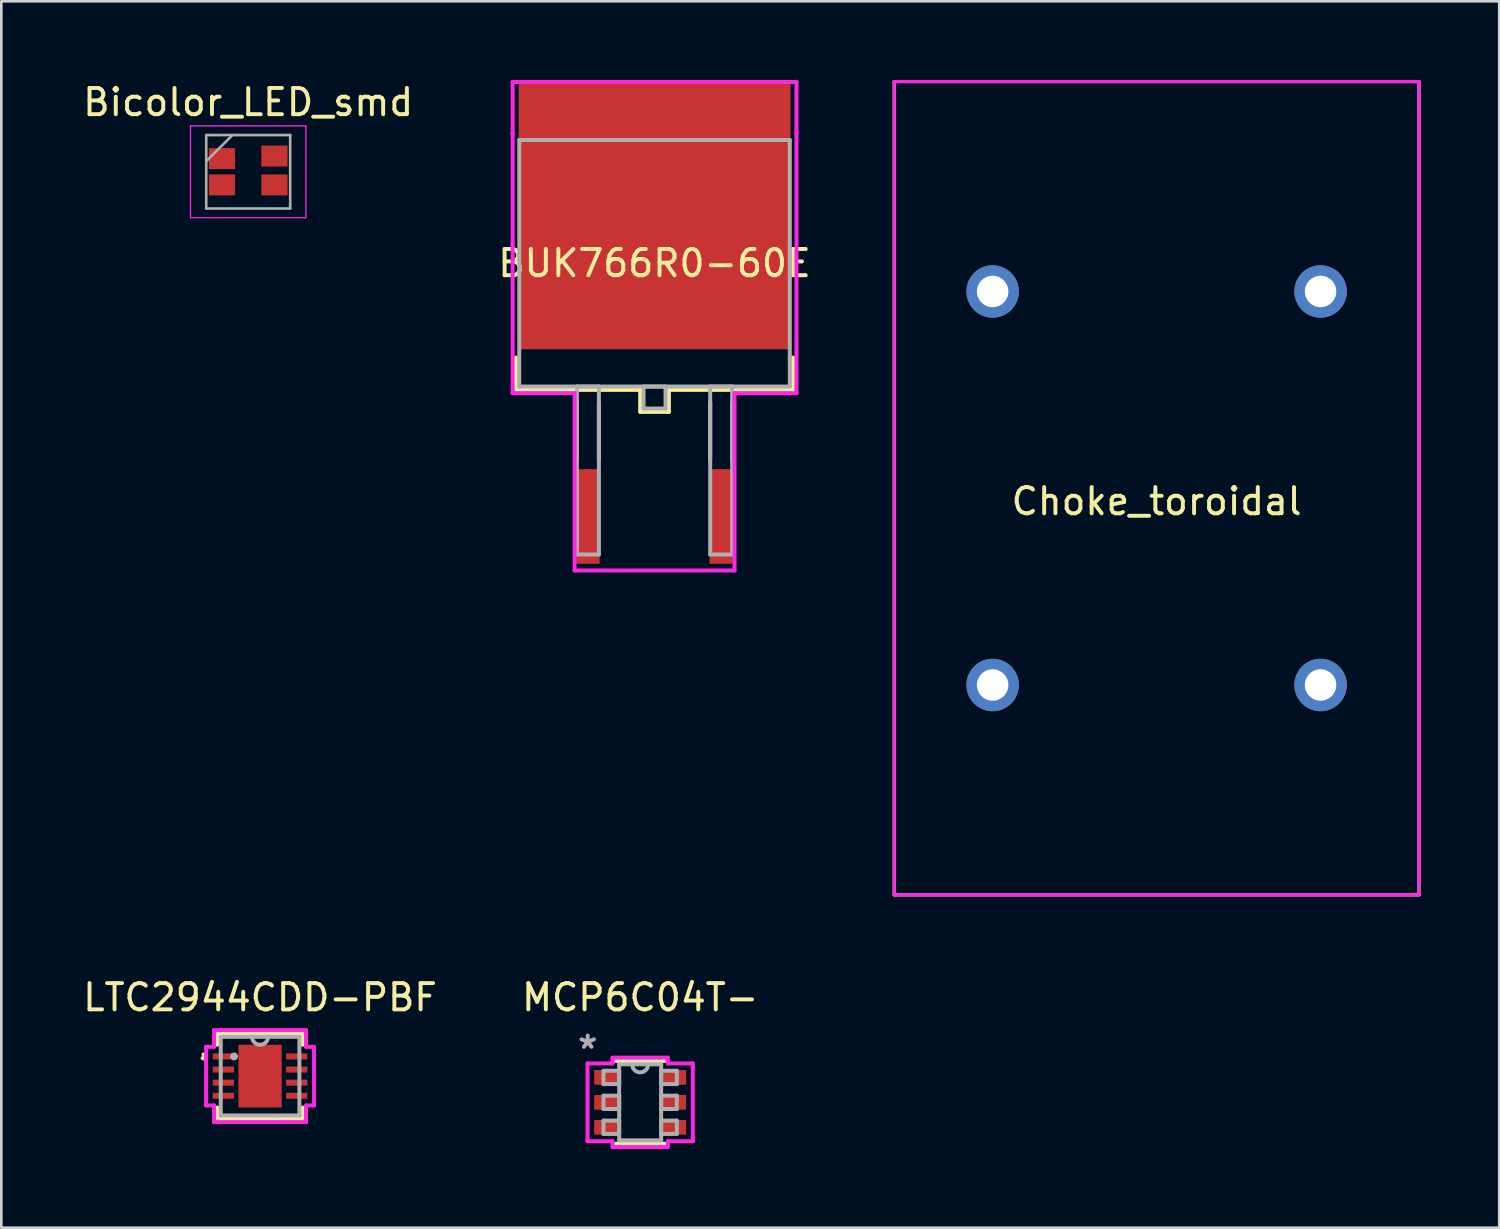
<source format=kicad_pcb>
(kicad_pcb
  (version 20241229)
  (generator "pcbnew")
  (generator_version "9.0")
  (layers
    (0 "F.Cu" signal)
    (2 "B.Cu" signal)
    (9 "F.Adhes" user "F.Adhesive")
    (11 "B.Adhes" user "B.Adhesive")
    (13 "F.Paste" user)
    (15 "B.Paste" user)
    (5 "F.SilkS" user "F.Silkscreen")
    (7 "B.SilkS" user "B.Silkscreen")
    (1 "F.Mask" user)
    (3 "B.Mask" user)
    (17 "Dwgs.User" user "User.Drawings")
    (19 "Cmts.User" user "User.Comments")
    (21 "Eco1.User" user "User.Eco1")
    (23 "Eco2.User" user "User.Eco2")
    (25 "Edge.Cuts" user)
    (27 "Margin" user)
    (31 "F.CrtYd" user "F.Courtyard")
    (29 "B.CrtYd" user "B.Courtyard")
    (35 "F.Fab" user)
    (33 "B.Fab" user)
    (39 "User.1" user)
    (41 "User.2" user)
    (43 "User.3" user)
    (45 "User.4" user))
  (footprint "MCP6C04T-"
    (layer "F.Cu")
    (at 21.351 38.968)
    (property "Reference" "MCP6C04T-" (at 0 -4 0) (layer "F.SilkS") (effects (font (size 1 1) (thickness 0.15))))
    (attr through_hole)
    (fp_line (start -0.927 1.575) (end 0.927 1.575) (stroke (width 0.152) (type solid)) (layer "F.SilkS"))
    (fp_line (start 0.927 -1.575) (end -0.927 -1.575) (stroke (width 0.152) (type solid)) (layer "F.SilkS"))
    (fp_line (start -2.007 -1.483) (end -1.054 -1.483) (stroke (width 0.152) (type solid)) (layer "F.CrtYd"))
    (fp_line (start -2.007 1.483) (end -2.007 -1.483) (stroke (width 0.152) (type solid)) (layer "F.CrtYd"))
    (fp_line (start -1.054 -1.702) (end 1.054 -1.702) (stroke (width 0.152) (type solid)) (layer "F.CrtYd"))
    (fp_line (start -1.054 -1.483) (end -1.054 -1.702) (stroke (width 0.152) (type solid)) (layer "F.CrtYd"))
    (fp_line (start -1.054 1.483) (end -2.007 1.483) (stroke (width 0.152) (type solid)) (layer "F.CrtYd"))
    (fp_line (start -1.054 1.702) (end -1.054 1.483) (stroke (width 0.152) (type solid)) (layer "F.CrtYd"))
    (fp_line (start 1.054 -1.702) (end 1.054 -1.483) (stroke (width 0.152) (type solid)) (layer "F.CrtYd"))
    (fp_line (start 1.054 -1.483) (end 2.007 -1.483) (stroke (width 0.152) (type solid)) (layer "F.CrtYd"))
    (fp_line (start 1.054 1.483) (end 1.054 1.702) (stroke (width 0.152) (type solid)) (layer "F.CrtYd"))
    (fp_line (start 1.054 1.702) (end -1.054 1.702) (stroke (width 0.152) (type solid)) (layer "F.CrtYd"))
    (fp_line (start 2.007 -1.483) (end 2.007 1.483) (stroke (width 0.152) (type solid)) (layer "F.CrtYd"))
    (fp_line (start 2.007 1.483) (end 1.054 1.483) (stroke (width 0.152) (type solid)) (layer "F.CrtYd"))
    (fp_line (start -1.397 -1.204) (end -1.397 -0.696) (stroke (width 0.152) (type solid)) (layer "F.Fab"))
    (fp_line (start -1.397 -0.696) (end -0.8 -0.696) (stroke (width 0.152) (type solid)) (layer "F.Fab"))
    (fp_line (start -1.397 -0.254) (end -1.397 0.254) (stroke (width 0.152) (type solid)) (layer "F.Fab"))
    (fp_line (start -1.397 0.254) (end -0.8 0.254) (stroke (width 0.152) (type solid)) (layer "F.Fab"))
    (fp_line (start -1.397 0.696) (end -1.397 1.204) (stroke (width 0.152) (type solid)) (layer "F.Fab"))
    (fp_line (start -1.397 1.204) (end -0.8 1.204) (stroke (width 0.152) (type solid)) (layer "F.Fab"))
    (fp_line (start -0.8 -1.448) (end -0.8 1.448) (stroke (width 0.152) (type solid)) (layer "F.Fab"))
    (fp_line (start -0.8 -1.204) (end -1.397 -1.204) (stroke (width 0.152) (type solid)) (layer "F.Fab"))
    (fp_line (start -0.8 -0.696) (end -0.8 -1.204) (stroke (width 0.152) (type solid)) (layer "F.Fab"))
    (fp_line (start -0.8 -0.254) (end -1.397 -0.254) (stroke (width 0.152) (type solid)) (layer "F.Fab"))
    (fp_line (start -0.8 0.254) (end -0.8 -0.254) (stroke (width 0.152) (type solid)) (layer "F.Fab"))
    (fp_line (start -0.8 0.696) (end -1.397 0.696) (stroke (width 0.152) (type solid)) (layer "F.Fab"))
    (fp_line (start -0.8 1.204) (end -0.8 0.696) (stroke (width 0.152) (type solid)) (layer "F.Fab"))
    (fp_line (start -0.8 1.448) (end 0.8 1.448) (stroke (width 0.152) (type solid)) (layer "F.Fab"))
    (fp_line (start 0.8 -1.448) (end -0.8 -1.448) (stroke (width 0.152) (type solid)) (layer "F.Fab"))
    (fp_line (start 0.8 -1.204) (end 0.8 -0.696) (stroke (width 0.152) (type solid)) (layer "F.Fab"))
    (fp_line (start 0.8 -0.696) (end 1.397 -0.696) (stroke (width 0.152) (type solid)) (layer "F.Fab"))
    (fp_line (start 0.8 -0.254) (end 0.8 0.254) (stroke (width 0.152) (type solid)) (layer "F.Fab"))
    (fp_line (start 0.8 0.254) (end 1.397 0.254) (stroke (width 0.152) (type solid)) (layer "F.Fab"))
    (fp_line (start 0.8 0.696) (end 0.8 1.204) (stroke (width 0.152) (type solid)) (layer "F.Fab"))
    (fp_line (start 0.8 1.204) (end 1.397 1.204) (stroke (width 0.152) (type solid)) (layer "F.Fab"))
    (fp_line (start 0.8 1.448) (end 0.8 -1.448) (stroke (width 0.152) (type solid)) (layer "F.Fab"))
    (fp_line (start 1.397 -1.204) (end 0.8 -1.204) (stroke (width 0.152) (type solid)) (layer "F.Fab"))
    (fp_line (start 1.397 -0.696) (end 1.397 -1.204) (stroke (width 0.152) (type solid)) (layer "F.Fab"))
    (fp_line (start 1.397 -0.254) (end 0.8 -0.254) (stroke (width 0.152) (type solid)) (layer "F.Fab"))
    (fp_line (start 1.397 0.254) (end 1.397 -0.254) (stroke (width 0.152) (type solid)) (layer "F.Fab"))
    (fp_line (start 1.397 0.696) (end 0.8 0.696) (stroke (width 0.152) (type solid)) (layer "F.Fab"))
    (fp_line (start 1.397 1.204) (end 1.397 0.696) (stroke (width 0.152) (type solid)) (layer "F.Fab"))
    (fp_arc (start 0.3048 -1.4478) (mid 0 -1.143) (end -0.3048 -1.4478) (stroke (width 0.1524) (type solid)) (layer "F.Fab"))
    (fp_text user "*" (at -2 -2 0) (layer "F.Fab") (effects (font (size 1 1) (thickness 0.15))))
    (pad "1" smd rect (at -1.276 -0.95) (size 0.953 0.559) (layers "F.Cu" "F.Mask" "F.Paste"))
    (pad "2" smd rect (at -1.276 0) (size 0.953 0.559) (layers "F.Cu" "F.Mask" "F.Paste"))
    (pad "3" smd rect (at -1.276 0.95) (size 0.953 0.559) (layers "F.Cu" "F.Mask" "F.Paste"))
    (pad "4" smd rect (at 1.276 0.95) (size 0.953 0.559) (layers "F.Cu" "F.Mask" "F.Paste"))
    (pad "5" smd rect (at 1.276 0) (size 0.953 0.559) (layers "F.Cu" "F.Mask" "F.Paste"))
    (pad "6" smd rect (at 1.276 -0.95) (size 0.953 0.559) (layers "F.Cu" "F.Mask" "F.Paste")))
  (footprint "Bicolor_LED_smd"
    (layer "F.Cu")
    (at 6.411 3.498)
    (property "Reference" "Bicolor_LED_smd" (at 0 -2.65 0) (layer "F.SilkS") (effects (font (size 1 1) (thickness 0.15))))
    (attr smd)
    (fp_line (start -2.2 -1.75) (end -2.2 1.75) (stroke (width 0.05) (type solid)) (layer "F.CrtYd"))
    (fp_line (start -2.2 1.75) (end 2.2 1.75) (stroke (width 0.05) (type solid)) (layer "F.CrtYd"))
    (fp_line (start 2.2 -1.75) (end -2.2 -1.75) (stroke (width 0.05) (type solid)) (layer "F.CrtYd"))
    (fp_line (start 2.2 1.75) (end 2.2 -1.75) (stroke (width 0.05) (type solid)) (layer "F.CrtYd"))
    (fp_line (start -1.6 -1.4) (end -1.6 1.4) (stroke (width 0.1) (type solid)) (layer "F.Fab"))
    (fp_line (start -1.6 1.4) (end 1.6 1.4) (stroke (width 0.1) (type solid)) (layer "F.Fab"))
    (fp_line (start -0.6 -1.4) (end -1.6 -0.4) (stroke (width 0.1) (type solid)) (layer "F.Fab"))
    (fp_line (start 1.6 -1.4) (end -1.6 -1.4) (stroke (width 0.1) (type solid)) (layer "F.Fab"))
    (fp_line (start 1.6 1.4) (end 1.6 -1.4) (stroke (width 0.1) (type solid)) (layer "F.Fab"))
    (pad "1" smd rect (at -1 -0.5) (size 1 0.8) (layers "F.Cu" "F.Mask" "F.Paste"))
    (pad "2" smd rect (at -1 0.5) (size 1 0.8) (layers "F.Cu" "F.Mask" "F.Paste"))
    (pad "3" smd rect (at 1 0.5) (size 1 0.8) (layers "F.Cu" "F.Mask" "F.Paste"))
    (pad "4" smd rect (at 1 -0.6) (size 1 0.8) (layers "F.Cu" "F.Mask" "F.Paste")))
  (footprint "LTC2944CDD-PBF"
    (layer "F.Cu")
    (at 6.863 37.968)
    (property "Reference" "LTC2944CDD-PBF" (at 0 -3 0) (layer "F.SilkS") (effects (font (size 1 1) (thickness 0.15))))
    (attr through_hole)
    (fp_line (start -1.626 -1.626) (end -1.626 -1.197) (stroke (width 0.152) (type solid)) (layer "F.SilkS"))
    (fp_line (start -1.626 1.197) (end -1.626 1.626) (stroke (width 0.152) (type solid)) (layer "F.SilkS"))
    (fp_line (start -1.626 1.626) (end 1.626 1.626) (stroke (width 0.152) (type solid)) (layer "F.SilkS"))
    (fp_line (start 1.626 -1.626) (end -1.626 -1.626) (stroke (width 0.152) (type solid)) (layer "F.SilkS"))
    (fp_line (start 1.626 -1.197) (end 1.626 -1.626) (stroke (width 0.152) (type solid)) (layer "F.SilkS"))
    (fp_line (start 1.626 1.626) (end 1.626 1.197) (stroke (width 0.152) (type solid)) (layer "F.SilkS"))
    (fp_arc (start -2.155 -0.8262) (mid -2.081171 -0.73114) (end -2.191546 -0.683136) (stroke (width 0.1524) (type solid)) (layer "F.SilkS"))
    (fp_line (start -2.057 -1.118) (end -1.753 -1.118) (stroke (width 0.152) (type solid)) (layer "F.CrtYd"))
    (fp_line (start -2.057 1.118) (end -2.057 -1.118) (stroke (width 0.152) (type solid)) (layer "F.CrtYd"))
    (fp_line (start -1.753 -1.753) (end 1.753 -1.753) (stroke (width 0.152) (type solid)) (layer "F.CrtYd"))
    (fp_line (start -1.753 -1.118) (end -1.753 -1.753) (stroke (width 0.152) (type solid)) (layer "F.CrtYd"))
    (fp_line (start -1.753 1.118) (end -2.057 1.118) (stroke (width 0.152) (type solid)) (layer "F.CrtYd"))
    (fp_line (start -1.753 1.753) (end -1.753 1.118) (stroke (width 0.152) (type solid)) (layer "F.CrtYd"))
    (fp_line (start 1.753 -1.753) (end 1.753 -1.118) (stroke (width 0.152) (type solid)) (layer "F.CrtYd"))
    (fp_line (start 1.753 -1.118) (end 2.057 -1.118) (stroke (width 0.152) (type solid)) (layer "F.CrtYd"))
    (fp_line (start 1.753 1.118) (end 1.753 1.753) (stroke (width 0.152) (type solid)) (layer "F.CrtYd"))
    (fp_line (start 1.753 1.753) (end -1.753 1.753) (stroke (width 0.152) (type solid)) (layer "F.CrtYd"))
    (fp_line (start 2.057 -1.118) (end 2.057 1.118) (stroke (width 0.152) (type solid)) (layer "F.CrtYd"))
    (fp_line (start 2.057 1.118) (end 1.753 1.118) (stroke (width 0.152) (type solid)) (layer "F.CrtYd"))
    (fp_line (start -1.499 -1.499) (end -1.499 1.499) (stroke (width 0.152) (type solid)) (layer "F.Fab"))
    (fp_line (start -1.499 1.499) (end 1.499 1.499) (stroke (width 0.152) (type solid)) (layer "F.Fab"))
    (fp_line (start 1.499 -1.499) (end -1.499 -1.499) (stroke (width 0.152) (type solid)) (layer "F.Fab"))
    (fp_line (start 1.499 1.499) (end 1.499 -1.499) (stroke (width 0.152) (type solid)) (layer "F.Fab"))
    (fp_arc (start 0.3048 -1.4986) (mid 0 -1.1938) (end -0.3048 -1.4986) (stroke (width 0.1524) (type solid)) (layer "F.Fab"))
    (fp_circle (center -0.991 -0.75) (end -0.991 -0.75) (stroke (width 0.152) (type solid)) (fill no) (layer "F.Fab"))
    (pad "1" smd rect (at -1.397 -0.75) (size 0.813 0.229) (layers "F.Cu" "F.Mask" "F.Paste"))
    (pad "2" smd rect (at -1.397 -0.25) (size 0.813 0.229) (layers "F.Cu" "F.Mask" "F.Paste"))
    (pad "3" smd rect (at -1.397 0.25) (size 0.813 0.229) (layers "F.Cu" "F.Mask" "F.Paste"))
    (pad "4" smd rect (at -1.397 0.75) (size 0.813 0.229) (layers "F.Cu" "F.Mask" "F.Paste"))
    (pad "5" smd rect (at 1.397 0.75) (size 0.813 0.229) (layers "F.Cu" "F.Mask" "F.Paste"))
    (pad "6" smd rect (at 1.397 0.25) (size 0.813 0.229) (layers "F.Cu" "F.Mask" "F.Paste"))
    (pad "7" smd rect (at 1.397 -0.25) (size 0.813 0.229) (layers "F.Cu" "F.Mask" "F.Paste"))
    (pad "8" smd rect (at 1.397 -0.75) (size 0.813 0.229) (layers "F.Cu" "F.Mask" "F.Paste"))
    (pad "9" smd rect (at 0 0) (size 1.651 2.388) (layers "F.Cu" "F.Mask" "F.Paste")))
  (footprint "Choke_toroidal"
    (layer "F.Cu")
    (at 41.036 15.56)
    (property "Reference" "Choke_toroidal" (at 0 0.5 0) (layer "F.SilkS") (effects (font (size 1 1) (thickness 0.15))))
    (attr through_hole)
    (fp_line (start -10 -15.5) (end 10 -15.5) (stroke (width 0.12) (type solid)) (layer "F.SilkS"))
    (fp_line (start -10 15.5) (end -10 -15.5) (stroke (width 0.12) (type solid)) (layer "F.SilkS"))
    (fp_line (start 10 -15.5) (end 10 15.5) (stroke (width 0.12) (type solid)) (layer "F.SilkS"))
    (fp_line (start 10 15.5) (end -10 15.5) (stroke (width 0.12) (type solid)) (layer "F.SilkS"))
    (fp_line (start -10 -15.5) (end 10 -15.5) (stroke (width 0.12) (type solid)) (layer "F.CrtYd"))
    (fp_line (start -10 15.5) (end -10 -15.5) (stroke (width 0.12) (type solid)) (layer "F.CrtYd"))
    (fp_line (start 10 -15.5) (end 10 15.5) (stroke (width 0.12) (type solid)) (layer "F.CrtYd"))
    (fp_line (start 10 15.5) (end -10 15.5) (stroke (width 0.12) (type solid)) (layer "F.CrtYd"))
    (pad "1" thru_hole circle (at -6.25 7.5) (size 2 2) (drill 1.2) (layers "*.Cu" "*.Mask"))
    (pad "2" thru_hole circle (at 6.25 -7.5) (size 2 2) (drill 1.2) (layers "*.Cu" "*.Mask"))
    (pad "3" thru_hole circle (at 6.25 7.5) (size 2 2) (drill 1.2) (layers "*.Cu" "*.Mask"))
    (pad "4" thru_hole circle (at -6.25 -7.5) (size 2 2) (drill 1.2) (layers "*.Cu" "*.Mask")))
  (footprint "BUK766R0-60E"
    (layer "F.Cu")
    (at 21.899 6.985)
    (property "Reference" "BUK766R0-60E" (at 0 0 0) (layer "F.SilkS") (effects (font (size 1 1) (thickness 0.15))))
    (attr through_hole)
    (fp_line (start -5.283 3.593) (end -5.283 4.826) (stroke (width 0.152) (type solid)) (layer "F.SilkS"))
    (fp_line (start -5.283 4.826) (end -0.546 4.826) (stroke (width 0.152) (type solid)) (layer "F.SilkS"))
    (fp_line (start -2.959 5.309) (end -2.959 7.493) (stroke (width 0.152) (type solid)) (layer "F.SilkS"))
    (fp_line (start -2.121 5.309) (end -2.121 7.493) (stroke (width 0.152) (type solid)) (layer "F.SilkS"))
    (fp_line (start -0.546 4.826) (end -0.546 5.664) (stroke (width 0.152) (type solid)) (layer "F.SilkS"))
    (fp_line (start -0.546 5.664) (end 0.546 5.664) (stroke (width 0.152) (type solid)) (layer "F.SilkS"))
    (fp_line (start 0.546 4.826) (end 5.283 4.826) (stroke (width 0.152) (type solid)) (layer "F.SilkS"))
    (fp_line (start 0.546 5.664) (end 0.546 4.826) (stroke (width 0.152) (type solid)) (layer "F.SilkS"))
    (fp_line (start 2.121 5.309) (end 2.121 7.493) (stroke (width 0.152) (type solid)) (layer "F.SilkS"))
    (fp_line (start 2.959 5.309) (end 2.959 7.493) (stroke (width 0.152) (type solid)) (layer "F.SilkS"))
    (fp_line (start 5.283 4.826) (end 5.283 3.593) (stroke (width 0.152) (type solid)) (layer "F.SilkS"))
    (fp_line (start -5.41 -6.909) (end 5.41 -6.909) (stroke (width 0.152) (type solid)) (layer "F.CrtYd"))
    (fp_line (start -5.41 -4.953) (end -5.41 -6.909) (stroke (width 0.152) (type solid)) (layer "F.CrtYd"))
    (fp_line (start -5.41 -4.953) (end -5.41 -4.953) (stroke (width 0.152) (type solid)) (layer "F.CrtYd"))
    (fp_line (start -5.41 4.953) (end -5.41 -4.953) (stroke (width 0.152) (type solid)) (layer "F.CrtYd"))
    (fp_line (start -3.048 4.953) (end -5.41 4.953) (stroke (width 0.152) (type solid)) (layer "F.CrtYd"))
    (fp_line (start -3.048 11.709) (end -3.048 4.953) (stroke (width 0.152) (type solid)) (layer "F.CrtYd"))
    (fp_line (start 3.048 4.953) (end 3.048 11.709) (stroke (width 0.152) (type solid)) (layer "F.CrtYd"))
    (fp_line (start 3.048 11.709) (end -3.048 11.709) (stroke (width 0.152) (type solid)) (layer "F.CrtYd"))
    (fp_line (start 5.41 -6.909) (end 5.41 -4.953) (stroke (width 0.152) (type solid)) (layer "F.CrtYd"))
    (fp_line (start 5.41 -4.953) (end 5.41 -4.953) (stroke (width 0.152) (type solid)) (layer "F.CrtYd"))
    (fp_line (start 5.41 -4.953) (end 5.41 4.953) (stroke (width 0.152) (type solid)) (layer "F.CrtYd"))
    (fp_line (start 5.41 4.953) (end 3.048 4.953) (stroke (width 0.152) (type solid)) (layer "F.CrtYd"))
    (fp_line (start -5.156 -4.699) (end -5.156 4.699) (stroke (width 0.152) (type solid)) (layer "F.Fab"))
    (fp_line (start -5.156 4.699) (end 5.156 4.699) (stroke (width 0.152) (type solid)) (layer "F.Fab"))
    (fp_line (start -2.959 4.699) (end -2.959 11.1) (stroke (width 0.152) (type solid)) (layer "F.Fab"))
    (fp_line (start -2.959 11.1) (end -2.121 11.1) (stroke (width 0.152) (type solid)) (layer "F.Fab"))
    (fp_line (start -2.121 4.699) (end -2.959 4.699) (stroke (width 0.152) (type solid)) (layer "F.Fab"))
    (fp_line (start -2.121 11.1) (end -2.121 4.699) (stroke (width 0.152) (type solid)) (layer "F.Fab"))
    (fp_line (start -0.419 4.699) (end -0.419 5.537) (stroke (width 0.152) (type solid)) (layer "F.Fab"))
    (fp_line (start -0.419 5.537) (end 0.419 5.537) (stroke (width 0.152) (type solid)) (layer "F.Fab"))
    (fp_line (start 0.419 4.699) (end -0.419 4.699) (stroke (width 0.152) (type solid)) (layer "F.Fab"))
    (fp_line (start 0.419 5.537) (end 0.419 4.699) (stroke (width 0.152) (type solid)) (layer "F.Fab"))
    (fp_line (start 2.121 4.699) (end 2.121 11.1) (stroke (width 0.152) (type solid)) (layer "F.Fab"))
    (fp_line (start 2.121 11.1) (end 2.959 11.1) (stroke (width 0.152) (type solid)) (layer "F.Fab"))
    (fp_line (start 2.959 4.699) (end 2.121 4.699) (stroke (width 0.152) (type solid)) (layer "F.Fab"))
    (fp_line (start 2.959 11.1) (end 2.959 4.699) (stroke (width 0.152) (type solid)) (layer "F.Fab"))
    (fp_line (start 5.156 -4.699) (end -5.156 -4.699) (stroke (width 0.152) (type solid)) (layer "F.Fab"))
    (fp_line (start 5.156 4.699) (end 5.156 -4.699) (stroke (width 0.152) (type solid)) (layer "F.Fab"))
    (fp_text user "Copyright 2016 Accelerated Designs. All rights reserved." (at 0 0 0) (layer "Cmts.User") (effects (font (size 0.127 0.127) (thickness 0.002))))
    (pad "1" smd rect (at -2.54 9.652) (size 0.889 3.607) (layers "F.Cu" "F.Mask" "F.Paste"))
    (pad "2" smd rect (at 0 -1.778) (size 10.363 10.109) (layers "F.Cu" "F.Mask" "F.Paste"))
    (pad "3" smd rect (at 2.54 9.652) (size 0.889 3.607) (layers "F.Cu" "F.Mask" "F.Paste")))
  (gr_rect
    (start -3 -3)
    (end 54.096 43.746)
    (stroke (width 0.1) (type default))
    (fill no)
    (layer "Edge.Cuts")))
</source>
